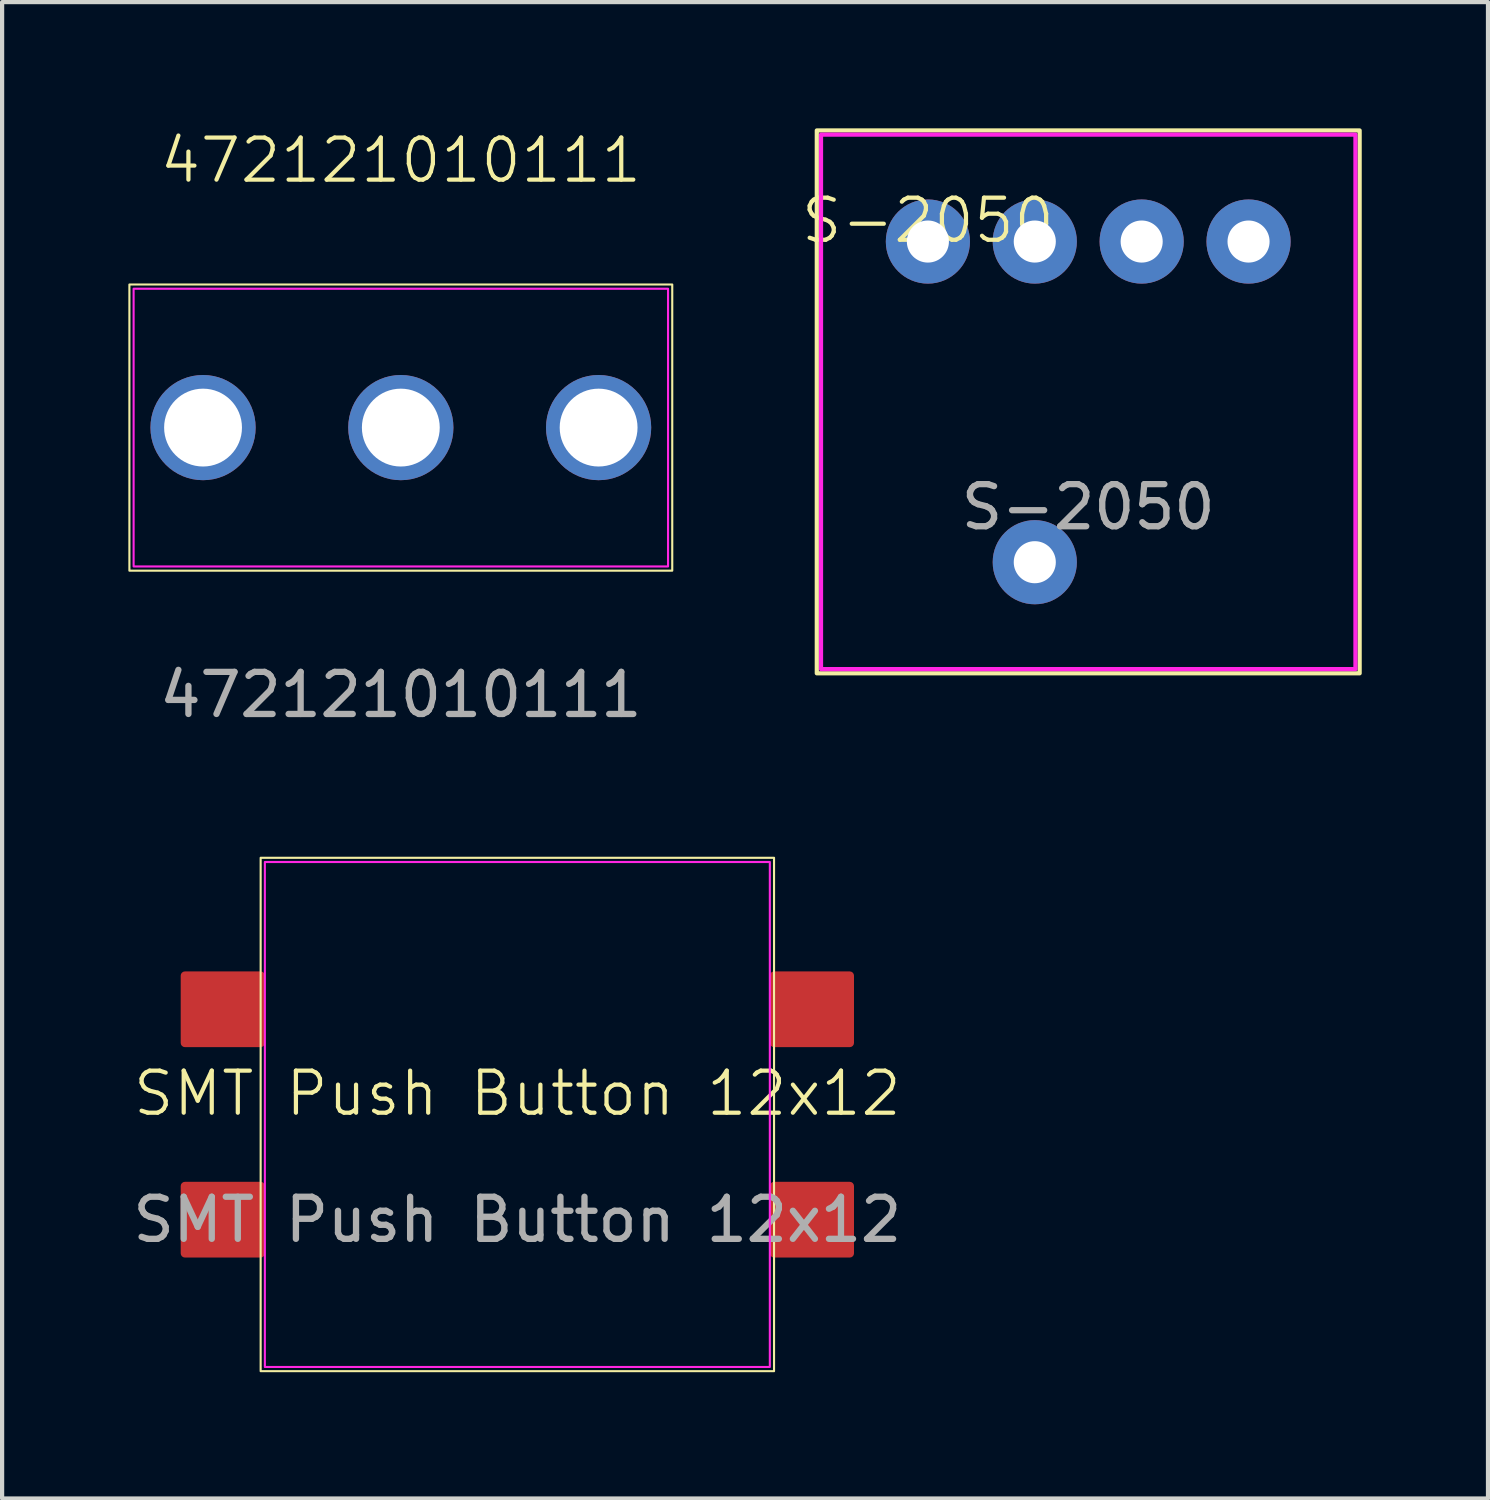
<source format=kicad_pcb>
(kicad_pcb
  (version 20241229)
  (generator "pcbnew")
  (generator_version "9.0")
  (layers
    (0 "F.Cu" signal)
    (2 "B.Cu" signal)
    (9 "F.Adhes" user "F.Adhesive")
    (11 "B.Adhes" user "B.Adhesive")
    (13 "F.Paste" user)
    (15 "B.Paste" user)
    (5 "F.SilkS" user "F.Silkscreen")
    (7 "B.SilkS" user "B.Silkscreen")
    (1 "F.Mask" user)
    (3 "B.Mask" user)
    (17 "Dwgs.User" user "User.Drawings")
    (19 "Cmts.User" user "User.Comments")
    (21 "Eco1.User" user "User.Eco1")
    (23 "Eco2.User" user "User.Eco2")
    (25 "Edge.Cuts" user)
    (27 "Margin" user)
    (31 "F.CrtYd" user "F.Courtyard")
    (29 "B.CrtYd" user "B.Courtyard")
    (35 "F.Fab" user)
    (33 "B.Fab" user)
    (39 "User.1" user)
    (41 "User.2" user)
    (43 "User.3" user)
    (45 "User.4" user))
  (footprint "472121010111"
    (layer "F.Cu")
    (at 6.475 7.111)
    (property "Reference" "472121010111" (at 0 -6.35 0) (unlocked yes) (layer "F.SilkS") (effects (font (size 1 1) (thickness 0.1))))
    (attr through_hole)
    (fp_rect (start -6.45 -3.4) (end 6.45 3.4) (stroke (width 0.05) (type default)) (fill no) (layer "F.SilkS"))
    (fp_rect (start -6.35 -3.3) (end 6.35 3.3) (stroke (width 0.05) (type default)) (fill no) (layer "F.CrtYd"))
    (fp_text user "${REFERENCE}" (at 0 6.35 0) (unlocked yes) (layer "F.Fab") (effects (font (size 1 1) (thickness 0.15))))
    (pad "1" thru_hole circle (at 4.7 0) (size 2.5 2.5) (drill 1.85) (layers "*.Cu" "*.Mask"))
    (pad "2" thru_hole circle (at 0 0) (size 2.5 2.5) (drill 1.85) (layers "*.Cu" "*.Mask"))
    (pad "3" thru_hole circle (at -4.7 0) (size 2.5 2.5) (drill 1.85) (layers "*.Cu" "*.Mask")))
  (footprint "S-2050"
    (layer "F.Cu")
    (at 22.81 6.5)
    (property "Reference" "S-2050" (at -3.81 -4.31 0) (unlocked yes) (layer "F.SilkS") (effects (font (size 1 1) (thickness 0.1))))
    (attr through_hole)
    (fp_rect (start -6.45 -6.45) (end 6.45 6.45) (stroke (width 0.1) (type default)) (fill no) (layer "F.SilkS"))
    (fp_rect (start -6.35 -6.35) (end 6.35 6.35) (stroke (width 0.1) (type default)) (fill no) (layer "F.CrtYd"))
    (fp_text user "${REFERENCE}" (at 0 2.5 0) (unlocked yes) (layer "F.Fab") (effects (font (size 1 1) (thickness 0.15))))
    (pad "1" thru_hole circle (at -3.81 -3.81) (size 2 2) (drill 1) (layers "*.Cu" "*.Mask"))
    (pad "2" thru_hole circle (at -1.27 -3.81) (size 2 2) (drill 1) (layers "*.Cu" "*.Mask"))
    (pad "3" thru_hole circle (at 1.27 -3.81) (size 2 2) (drill 1) (layers "*.Cu" "*.Mask"))
    (pad "4" thru_hole circle (at 3.81 -3.81) (size 2 2) (drill 1) (layers "*.Cu" "*.Mask"))
    (pad "C" thru_hole circle (at -1.27 3.81) (size 2 2) (drill 1) (layers "*.Cu" "*.Mask")))
  (footprint "SMT Push Button 12x12"
    (layer "F.Cu")
    (at 9.244 23.434)
    (property "Reference" "SMT Push Button 12x12" (at 0 -0.5 0) (unlocked yes) (layer "F.SilkS") (effects (font (size 1 1) (thickness 0.1))))
    (attr smd)
    (fp_rect (start -6.1 -6.1) (end 6.1 6.1) (stroke (width 0.05) (type default)) (fill no) (layer "F.SilkS"))
    (fp_rect (start -6 -6) (end 6 6) (stroke (width 0.05) (type default)) (fill no) (layer "F.CrtYd"))
    (fp_text user "${REFERENCE}" (at 0 2.5 0) (unlocked yes) (layer "F.Fab") (effects (font (size 1 1) (thickness 0.15))))
    (pad "1" smd roundrect (at -7 -2.5) (size 2 1.8) (layers "F.Cu" "F.Mask" "F.Paste") (roundrect_rratio 0.056))
    (pad "1" smd roundrect (at 7 -2.5) (size 2 1.8) (layers "F.Cu" "F.Mask" "F.Paste") (roundrect_rratio 0.056))
    (pad "2" smd roundrect (at -7 2.5) (size 2 1.8) (layers "F.Cu" "F.Mask" "F.Paste") (roundrect_rratio 0.056))
    (pad "2" smd roundrect (at 7 2.5) (size 2 1.8) (layers "F.Cu" "F.Mask" "F.Paste") (roundrect_rratio 0.056)))
  (gr_rect
    (start -3 -3)
    (end 32.31 32.559)
    (stroke (width 0.1) (type default))
    (fill no)
    (layer "Edge.Cuts")))
</source>
